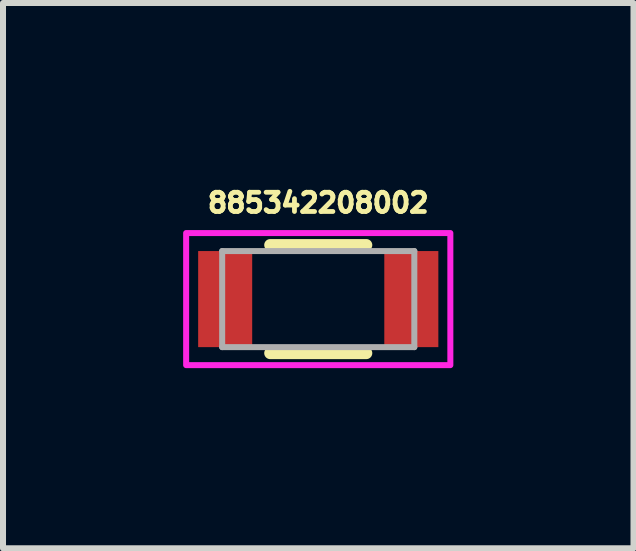
<source format=kicad_pcb>
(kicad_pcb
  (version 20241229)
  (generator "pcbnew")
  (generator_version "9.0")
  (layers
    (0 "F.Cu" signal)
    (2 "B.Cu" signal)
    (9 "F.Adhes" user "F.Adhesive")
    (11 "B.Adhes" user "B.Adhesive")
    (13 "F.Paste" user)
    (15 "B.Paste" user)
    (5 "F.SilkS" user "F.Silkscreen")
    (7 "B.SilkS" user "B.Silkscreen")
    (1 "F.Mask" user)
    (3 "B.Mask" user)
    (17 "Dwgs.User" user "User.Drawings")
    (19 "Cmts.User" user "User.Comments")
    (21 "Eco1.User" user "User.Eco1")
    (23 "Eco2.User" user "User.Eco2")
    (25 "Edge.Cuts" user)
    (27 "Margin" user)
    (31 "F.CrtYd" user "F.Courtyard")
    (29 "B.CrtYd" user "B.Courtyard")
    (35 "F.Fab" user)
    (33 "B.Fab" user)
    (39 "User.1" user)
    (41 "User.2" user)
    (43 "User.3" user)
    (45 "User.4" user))
  (footprint "885342208002"
    (layer "F.Cu")
    (at 2.25 1.931)
    (property "Reference" "885342208002" (at 0 -1.603 0) (layer "F.SilkS") (effects (font (size 0.32 0.32) (thickness 0.15))))
    (attr smd)
    (fp_line (start -0.8 -0.9) (end 0.8 -0.9) (stroke (width 0.2) (type solid)) (layer "F.SilkS"))
    (fp_line (start 0.8 0.9) (end -0.8 0.9) (stroke (width 0.2) (type solid)) (layer "F.SilkS"))
    (fp_poly (pts (xy -2.2 -1.1) (xy 2.2 -1.1) (xy 2.2 1.1) (xy -2.2 1.1)) (stroke (width 0.1) (type solid)) (fill no) (layer "F.CrtYd"))
    (fp_line (start -1.6 -0.8) (end -1.6 0.8) (stroke (width 0.1) (type solid)) (layer "F.Fab"))
    (fp_line (start -1.6 -0.8) (end 1.6 -0.8) (stroke (width 0.1) (type solid)) (layer "F.Fab"))
    (fp_line (start -1.6 0.8) (end 1.6 0.8) (stroke (width 0.1) (type solid)) (layer "F.Fab"))
    (fp_line (start 1.6 0.8) (end 1.6 -0.8) (stroke (width 0.1) (type solid)) (layer "F.Fab"))
    (pad "1" smd rect (at -1.55 0) (size 0.9 1.6) (layers "F.Cu" "F.Mask" "F.Paste"))
    (pad "2" smd rect (at 1.55 0) (size 0.9 1.6) (layers "F.Cu" "F.Mask" "F.Paste")))
  (gr_rect
    (start -3 -3)
    (end 7.5 6.081)
    (stroke (width 0.1) (type default))
    (fill no)
    (layer "Edge.Cuts")))
</source>
